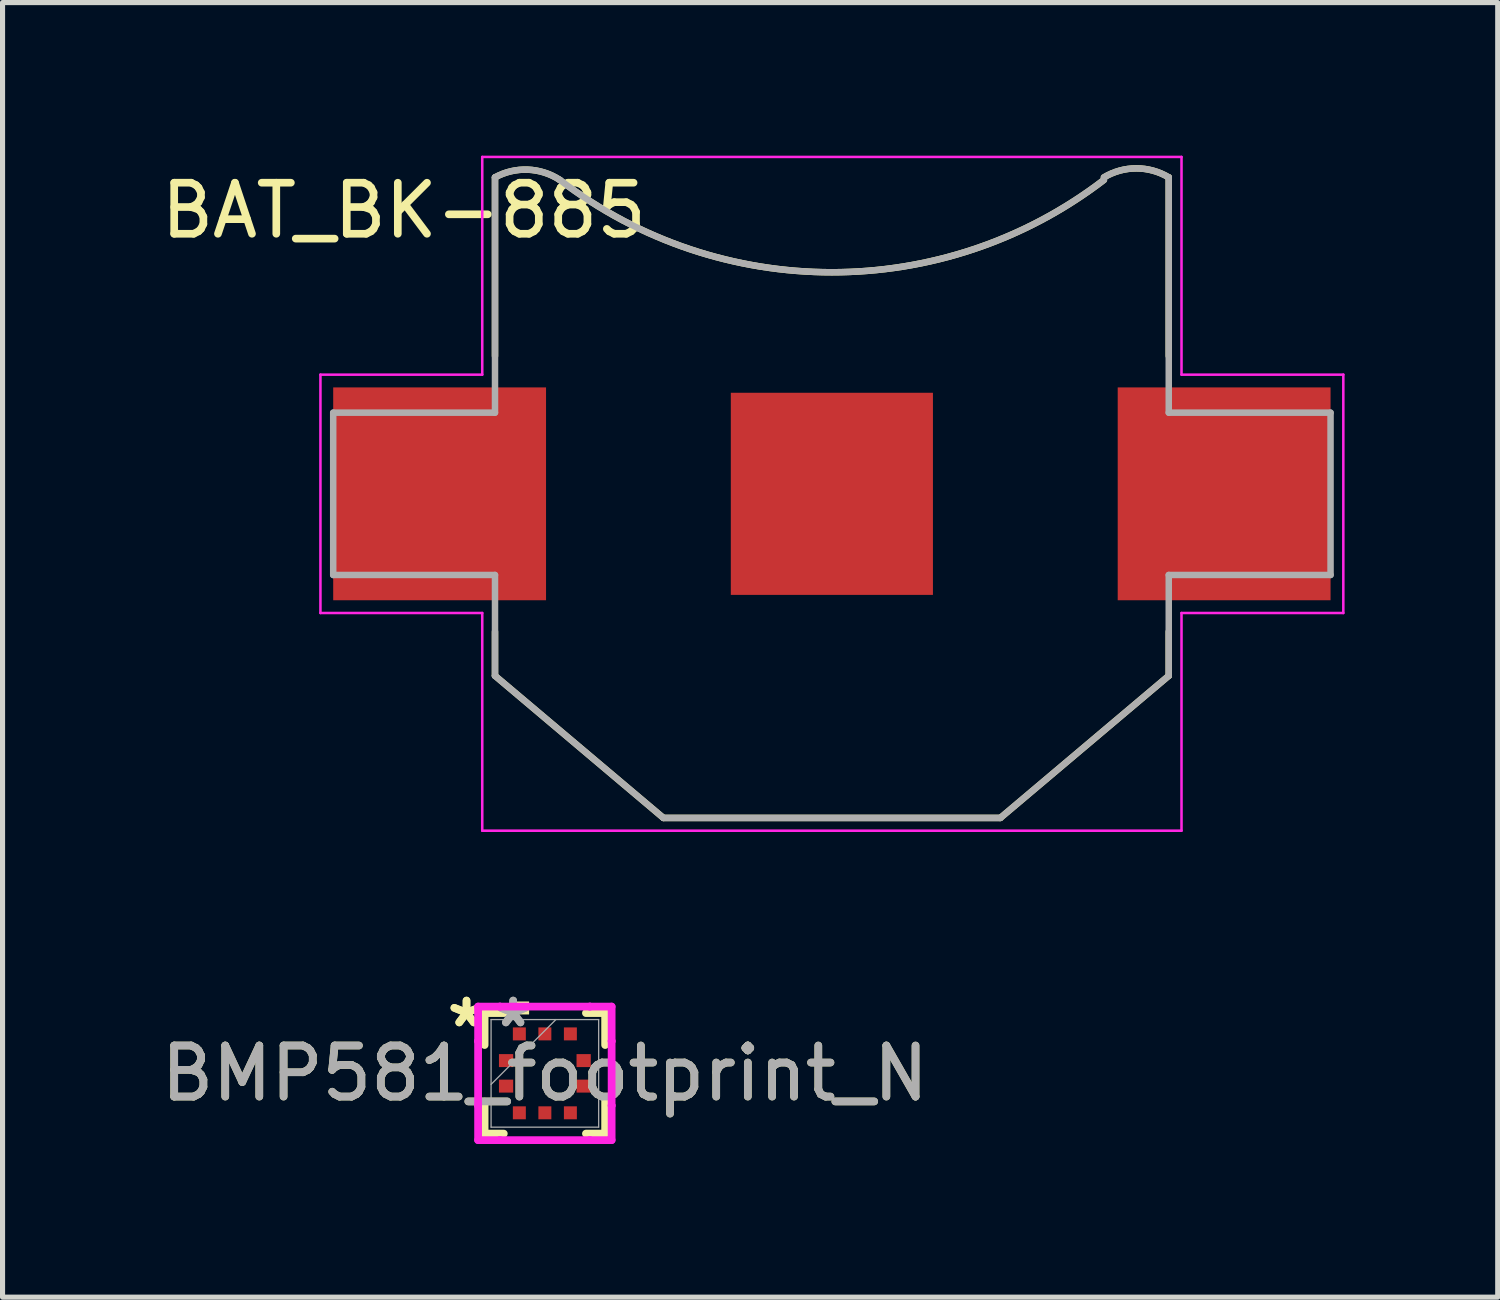
<source format=kicad_pcb>
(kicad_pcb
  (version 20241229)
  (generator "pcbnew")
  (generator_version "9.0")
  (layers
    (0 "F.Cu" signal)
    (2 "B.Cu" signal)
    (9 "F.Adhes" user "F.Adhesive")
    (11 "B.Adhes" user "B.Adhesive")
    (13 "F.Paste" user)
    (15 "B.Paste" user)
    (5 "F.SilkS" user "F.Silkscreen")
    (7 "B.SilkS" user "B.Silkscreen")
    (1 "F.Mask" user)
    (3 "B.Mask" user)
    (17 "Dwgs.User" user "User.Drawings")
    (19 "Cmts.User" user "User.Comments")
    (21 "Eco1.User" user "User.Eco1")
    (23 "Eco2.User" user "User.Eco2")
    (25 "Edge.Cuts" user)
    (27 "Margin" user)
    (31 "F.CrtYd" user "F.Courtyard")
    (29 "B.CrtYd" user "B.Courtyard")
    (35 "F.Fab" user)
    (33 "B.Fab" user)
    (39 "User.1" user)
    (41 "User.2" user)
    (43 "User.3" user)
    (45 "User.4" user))
  (footprint "BMP581_footprint_N"
    (layer "F.Cu")
    (at 7.625 17.979)
    (property "Reference" "BMP581_footprint_N" (at 0 0 0) (unlocked yes) (layer "F.SilkS") (effects (font (size 1 1) (thickness 0.15))))
    (attr smd)
    (fp_line (start -1.181 -1.181) (end -1.181 -0.555) (stroke (width 0.152) (type solid)) (layer "F.SilkS"))
    (fp_line (start -1.181 0.555) (end -1.181 1.181) (stroke (width 0.152) (type solid)) (layer "F.SilkS"))
    (fp_line (start -1.181 1.181) (end -0.805 1.181) (stroke (width 0.152) (type solid)) (layer "F.SilkS"))
    (fp_line (start -0.805 -1.181) (end -1.181 -1.181) (stroke (width 0.152) (type solid)) (layer "F.SilkS"))
    (fp_line (start 0.805 1.181) (end 1.181 1.181) (stroke (width 0.152) (type solid)) (layer "F.SilkS"))
    (fp_line (start 1.181 -1.181) (end 0.805 -1.181) (stroke (width 0.152) (type solid)) (layer "F.SilkS"))
    (fp_line (start 1.181 -0.555) (end 1.181 -1.181) (stroke (width 0.152) (type solid)) (layer "F.SilkS"))
    (fp_line (start 1.181 1.181) (end 1.181 0.555) (stroke (width 0.152) (type solid)) (layer "F.SilkS"))
    (fp_poly (pts (xy -0.69 -1.154) (xy -0.69 -1.408) (xy -0.309 -1.408) (xy -0.309 -1.154)) (stroke (width 0) (type solid)) (fill yes) (layer "F.SilkS"))
    (fp_line (start -1.308 -1.308) (end -0.881 -1.308) (stroke (width 0.152) (type solid)) (layer "F.CrtYd"))
    (fp_line (start -1.308 -0.631) (end -1.308 -1.308) (stroke (width 0.152) (type solid)) (layer "F.CrtYd"))
    (fp_line (start -1.308 -0.631) (end -1.308 -0.631) (stroke (width 0.152) (type solid)) (layer "F.CrtYd"))
    (fp_line (start -1.308 0.631) (end -1.308 -0.631) (stroke (width 0.152) (type solid)) (layer "F.CrtYd"))
    (fp_line (start -1.308 0.631) (end -1.308 0.631) (stroke (width 0.152) (type solid)) (layer "F.CrtYd"))
    (fp_line (start -1.308 1.308) (end -1.308 0.631) (stroke (width 0.152) (type solid)) (layer "F.CrtYd"))
    (fp_line (start -1.308 1.308) (end -0.881 1.308) (stroke (width 0.152) (type solid)) (layer "F.CrtYd"))
    (fp_line (start -0.881 -1.308) (end -0.881 -1.308) (stroke (width 0.152) (type solid)) (layer "F.CrtYd"))
    (fp_line (start -0.881 -1.308) (end 0.881 -1.308) (stroke (width 0.152) (type solid)) (layer "F.CrtYd"))
    (fp_line (start -0.881 1.308) (end -0.881 1.308) (stroke (width 0.152) (type solid)) (layer "F.CrtYd"))
    (fp_line (start -0.881 1.308) (end 0.881 1.308) (stroke (width 0.152) (type solid)) (layer "F.CrtYd"))
    (fp_line (start 0.881 -1.308) (end 0.881 -1.308) (stroke (width 0.152) (type solid)) (layer "F.CrtYd"))
    (fp_line (start 0.881 -1.308) (end 1.308 -1.308) (stroke (width 0.152) (type solid)) (layer "F.CrtYd"))
    (fp_line (start 0.881 1.308) (end 0.881 1.308) (stroke (width 0.152) (type solid)) (layer "F.CrtYd"))
    (fp_line (start 0.881 1.308) (end 1.308 1.308) (stroke (width 0.152) (type solid)) (layer "F.CrtYd"))
    (fp_line (start 1.308 -0.631) (end 1.308 -1.308) (stroke (width 0.152) (type solid)) (layer "F.CrtYd"))
    (fp_line (start 1.308 -0.631) (end 1.308 -0.631) (stroke (width 0.152) (type solid)) (layer "F.CrtYd"))
    (fp_line (start 1.308 0.631) (end 1.308 -0.631) (stroke (width 0.152) (type solid)) (layer "F.CrtYd"))
    (fp_line (start 1.308 0.631) (end 1.308 0.631) (stroke (width 0.152) (type solid)) (layer "F.CrtYd"))
    (fp_line (start 1.308 1.308) (end 1.308 0.631) (stroke (width 0.152) (type solid)) (layer "F.CrtYd"))
    (fp_line (start -1.054 -1.054) (end -1.054 1.054) (stroke (width 0.025) (type solid)) (layer "F.Fab"))
    (fp_line (start -1.054 0.216) (end 0.216 -1.054) (stroke (width 0.025) (type solid)) (layer "F.Fab"))
    (fp_line (start -1.054 1.054) (end 1.054 1.054) (stroke (width 0.025) (type solid)) (layer "F.Fab"))
    (fp_line (start 1.054 -1.054) (end -1.054 -1.054) (stroke (width 0.025) (type solid)) (layer "F.Fab"))
    (fp_line (start 1.054 1.054) (end 1.054 -1.054) (stroke (width 0.025) (type solid)) (layer "F.Fab"))
    (fp_text user "*" (at -1.535 -0.881 0) (layer "F.SilkS") (effects (font (size 1 1) (thickness 0.15))))
    (fp_text user "*" (at -1.535 -0.881 0) (unlocked yes) (layer "F.SilkS") (effects (font (size 1 1) (thickness 0.15))))
    (fp_text user "*" (at -0.621 -0.881 0) (layer "F.Fab") (effects (font (size 1 1) (thickness 0.15))))
    (fp_text user "*" (at -0.621 -0.881 0) (unlocked yes) (layer "F.Fab") (effects (font (size 1 1) (thickness 0.15))))
    (fp_text user "${REFERENCE}" (at 0 0 0) (unlocked yes) (layer "F.Fab") (effects (font (size 1 1) (thickness 0.15))))
    (pad "1" smd rect (at -0.76 -0.25 90) (size 0.254 0.279) (layers "F.Cu" "F.Mask" "F.Paste"))
    (pad "2" smd rect (at -0.76 0.25 90) (size 0.254 0.279) (layers "F.Cu" "F.Mask" "F.Paste"))
    (pad "3" smd rect (at -0.5 0.773) (size 0.254 0.254) (layers "F.Cu" "F.Mask" "F.Paste"))
    (pad "4" smd rect (at 0 0.773) (size 0.254 0.254) (layers "F.Cu" "F.Mask" "F.Paste"))
    (pad "5" smd rect (at 0.5 0.773) (size 0.254 0.254) (layers "F.Cu" "F.Mask" "F.Paste"))
    (pad "6" smd rect (at 0.76 0.25 90) (size 0.254 0.279) (layers "F.Cu" "F.Mask" "F.Paste"))
    (pad "7" smd rect (at 0.76 -0.25 90) (size 0.254 0.279) (layers "F.Cu" "F.Mask" "F.Paste"))
    (pad "8" smd rect (at 0.5 -0.773) (size 0.254 0.254) (layers "F.Cu" "F.Mask" "F.Paste"))
    (pad "9" smd rect (at 0 -0.773) (size 0.254 0.254) (layers "F.Cu" "F.Mask" "F.Paste"))
    (pad "10" smd rect (at -0.5 -0.773) (size 0.254 0.254) (layers "F.Cu" "F.Mask" "F.Paste")))
  (footprint "BAT_BK-885"
    (layer "F.Cu")
    (at 13.248 6.625)
    (property "Reference" "BAT_BK-885" (at -8.385 -5.55 0) (layer "F.SilkS") (effects (font (size 1 1) (thickness 0.15))))
    (attr smd)
    (fp_line (start -6.6 -6.2) (end -6.6 -2.7) (stroke (width 0.127) (type solid)) (layer "F.SilkS"))
    (fp_line (start -6.6 2.7) (end -6.6 3.565) (stroke (width 0.127) (type solid)) (layer "F.SilkS"))
    (fp_line (start -6.6 3.565) (end -3.3 6.35) (stroke (width 0.127) (type solid)) (layer "F.SilkS"))
    (fp_line (start -3.3 6.35) (end 3.3 6.35) (stroke (width 0.127) (type solid)) (layer "F.SilkS"))
    (fp_line (start 3.3 6.35) (end 6.6 3.565) (stroke (width 0.127) (type solid)) (layer "F.SilkS"))
    (fp_line (start 6.6 -2.7) (end 6.6 -6.2) (stroke (width 0.127) (type solid)) (layer "F.SilkS"))
    (fp_line (start 6.6 3.565) (end 6.6 2.7) (stroke (width 0.127) (type solid)) (layer "F.SilkS"))
    (fp_arc (start -6.6 -6.2) (mid -5.958067 -6.351101) (end -5.33 -6.15) (stroke (width 0.127) (type solid)) (layer "F.SilkS"))
    (fp_arc (start 5.33 -6.2) (mid 5.965 -6.376101) (end 6.6 -6.2) (stroke (width 0.127) (type solid)) (layer "F.SilkS"))
    (fp_arc (start 5.33 -6.15) (mid 0 -4.340709) (end -5.33 -6.15) (stroke (width 0.127) (type solid)) (layer "F.SilkS"))
    (fp_line (start -10.02 -2.335) (end -10.02 2.335) (stroke (width 0.05) (type solid)) (layer "F.CrtYd"))
    (fp_line (start -10.02 2.335) (end -6.85 2.335) (stroke (width 0.05) (type solid)) (layer "F.CrtYd"))
    (fp_line (start -6.85 -6.6) (end -6.85 -2.335) (stroke (width 0.05) (type solid)) (layer "F.CrtYd"))
    (fp_line (start -6.85 -2.335) (end -10.02 -2.335) (stroke (width 0.05) (type solid)) (layer "F.CrtYd"))
    (fp_line (start -6.85 2.335) (end -6.85 6.6) (stroke (width 0.05) (type solid)) (layer "F.CrtYd"))
    (fp_line (start -6.85 6.6) (end 6.85 6.6) (stroke (width 0.05) (type solid)) (layer "F.CrtYd"))
    (fp_line (start 6.85 -6.6) (end -6.85 -6.6) (stroke (width 0.05) (type solid)) (layer "F.CrtYd"))
    (fp_line (start 6.85 -2.335) (end 6.85 -6.6) (stroke (width 0.05) (type solid)) (layer "F.CrtYd"))
    (fp_line (start 6.85 2.335) (end 10.02 2.335) (stroke (width 0.05) (type solid)) (layer "F.CrtYd"))
    (fp_line (start 6.85 6.6) (end 6.85 2.335) (stroke (width 0.05) (type solid)) (layer "F.CrtYd"))
    (fp_line (start 10.02 -2.335) (end 6.85 -2.335) (stroke (width 0.05) (type solid)) (layer "F.CrtYd"))
    (fp_line (start 10.02 2.335) (end 10.02 -2.335) (stroke (width 0.05) (type solid)) (layer "F.CrtYd"))
    (fp_line (start -9.77 -1.59) (end -9.77 1.59) (stroke (width 0.127) (type solid)) (layer "F.Fab"))
    (fp_line (start -9.77 1.59) (end -6.6 1.59) (stroke (width 0.127) (type solid)) (layer "F.Fab"))
    (fp_line (start -6.6 -6.2) (end -6.6 -1.59) (stroke (width 0.127) (type solid)) (layer "F.Fab"))
    (fp_line (start -6.6 -1.59) (end -9.77 -1.59) (stroke (width 0.127) (type solid)) (layer "F.Fab"))
    (fp_line (start -6.6 1.59) (end -6.6 3.565) (stroke (width 0.127) (type solid)) (layer "F.Fab"))
    (fp_line (start -6.6 3.565) (end -3.3 6.35) (stroke (width 0.127) (type solid)) (layer "F.Fab"))
    (fp_line (start -3.3 6.35) (end 3.3 6.35) (stroke (width 0.127) (type solid)) (layer "F.Fab"))
    (fp_line (start 3.3 6.35) (end 6.6 3.565) (stroke (width 0.127) (type solid)) (layer "F.Fab"))
    (fp_line (start 6.6 -1.59) (end 6.6 -6.2) (stroke (width 0.127) (type solid)) (layer "F.Fab"))
    (fp_line (start 6.6 1.59) (end 9.77 1.59) (stroke (width 0.127) (type solid)) (layer "F.Fab"))
    (fp_line (start 6.6 3.565) (end 6.6 1.59) (stroke (width 0.127) (type solid)) (layer "F.Fab"))
    (fp_line (start 9.77 -1.59) (end 6.6 -1.59) (stroke (width 0.127) (type solid)) (layer "F.Fab"))
    (fp_line (start 9.77 1.59) (end 9.77 -1.59) (stroke (width 0.127) (type solid)) (layer "F.Fab"))
    (fp_arc (start -6.6 -6.2) (mid -5.958067 -6.351101) (end -5.33 -6.15) (stroke (width 0.127) (type solid)) (layer "F.Fab"))
    (fp_arc (start 5.33 -6.2) (mid 5.965 -6.376101) (end 6.6 -6.2) (stroke (width 0.127) (type solid)) (layer "F.Fab"))
    (fp_arc (start 5.33 -6.15) (mid 0 -4.340709) (end -5.33 -6.15) (stroke (width 0.127) (type solid)) (layer "F.Fab"))
    (pad "-" smd rect (at 0 0) (size 3.96 3.96) (layers "F.Cu" "F.Mask"))
    (pad "S1+" smd rect (at -7.685 0) (size 4.17 4.17) (layers "F.Cu" "F.Mask" "F.Paste"))
    (pad "S2+" smd rect (at 7.685 0) (size 4.17 4.17) (layers "F.Cu" "F.Mask" "F.Paste")))
  (gr_rect
    (start -3 -3)
    (end 26.293 22.364)
    (stroke (width 0.1) (type default))
    (fill no)
    (layer "Edge.Cuts")))
</source>
